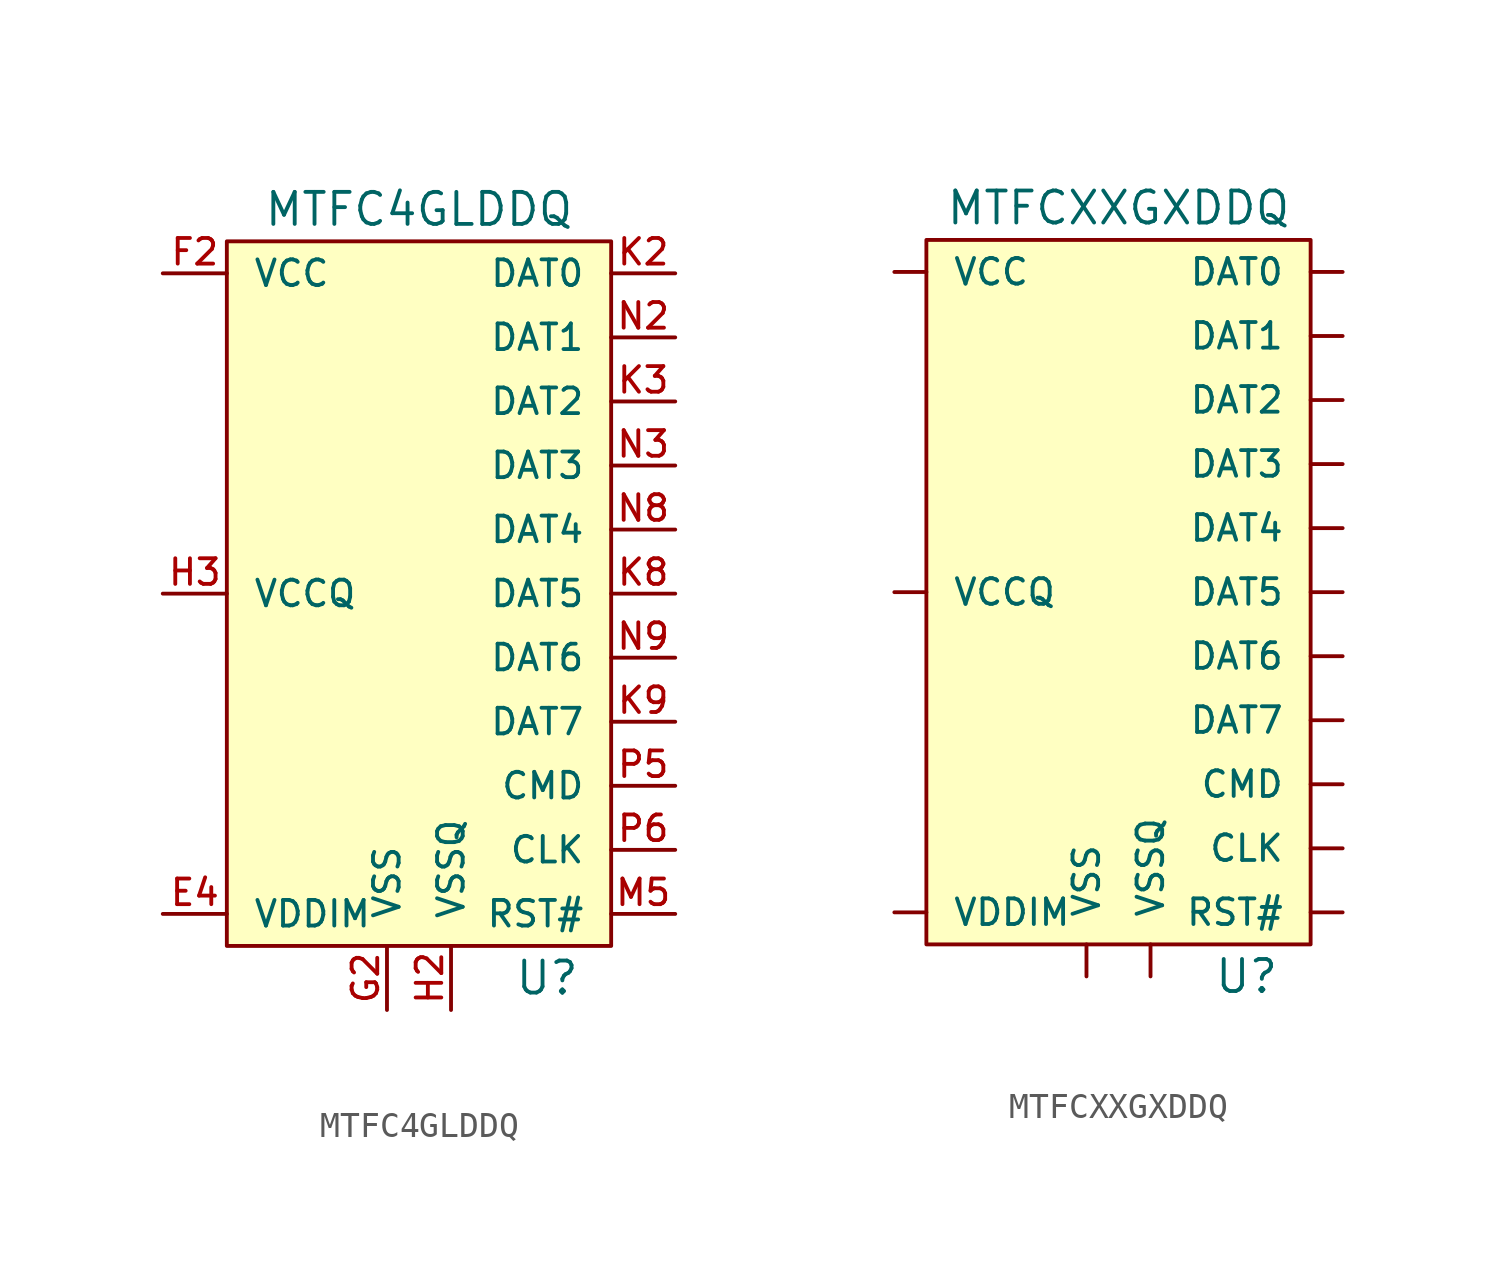
<source format=kicad_sym>
(kicad_symbol_lib
  (version 20231120)
  (generator "kicad_symbol_editor")
  (generator_version "8.0")
  (symbol "MTFC4GLDDQ"
    (pin_names
      (offset 1.016))
    (property "Reference" "U"
      (at 5.08 -15.24 0)
      (effects (font (size 1.27 1.27))))
    (property "Value" "MTFC4GLDDQ"
      (at 0 15.24 0)
      (effects (font (size 1.27 1.27))))
    (property "Footprint" ""
      (at 0 0 0)
      (effects (font (size 1.27 1.27))))
    (property "Datasheet" ""
      (at 0 0 0)
      (effects (font (size 1.27 1.27))))
    (symbol "MTFC4GLDDQ_0_1"
      (rectangle (start -7.62 13.97) (end 7.62 -13.97) (stroke (width 0) (type default)) (fill (type background))))
    (symbol "MTFC4GLDDQ_1_1"
      (pin passive line (at -10.16 -12.7 0) (length 2.54) (name "VDDIM" (effects (font (size 1.016 1.016)))) (number "E4" (effects (font (size 1.016 1.016)))))
      (pin passive line (at -10.16 12.7 0) (length 2.54) (name "VCC" (effects (font (size 1.016 1.016)))) (number "F2" (effects (font (size 1.016 1.016)))))
      (pin passive line (at -10.16 12.7 0) (length 2.54) hide (name "VCC" (effects (font (size 1.016 1.016)))) (number "F3" (effects (font (size 1.016 1.016)))))
      (pin passive line (at -10.16 12.7 0) (length 2.54) hide (name "VCC" (effects (font (size 1.016 1.016)))) (number "F4" (effects (font (size 1.016 1.016)))))
      (pin passive line (at -10.16 12.7 0) (length 2.54) hide (name "VCC" (effects (font (size 1.016 1.016)))) (number "F5" (effects (font (size 1.016 1.016)))))
      (pin passive line (at -10.16 12.7 0) (length 2.54) hide (name "VCC" (effects (font (size 1.016 1.016)))) (number "F6" (effects (font (size 1.016 1.016)))))
      (pin passive line (at -10.16 12.7 0) (length 2.54) hide (name "VCC" (effects (font (size 1.016 1.016)))) (number "F7" (effects (font (size 1.016 1.016)))))
      (pin passive line (at -10.16 12.7 0) (length 2.54) hide (name "VCC" (effects (font (size 1.016 1.016)))) (number "F8" (effects (font (size 1.016 1.016)))))
      (pin passive line (at -10.16 12.7 0) (length 2.54) hide (name "VCC" (effects (font (size 1.016 1.016)))) (number "F9" (effects (font (size 1.016 1.016)))))
      (pin passive line (at -1.27 -16.51 90) (length 2.54) (name "VSS" (effects (font (size 1.016 1.016)))) (number "G2" (effects (font (size 1.016 1.016)))))
      (pin passive line (at -1.27 -16.51 90) (length 2.54) hide (name "VSS" (effects (font (size 1.016 1.016)))) (number "G3" (effects (font (size 1.016 1.016)))))
      (pin passive line (at -1.27 -16.51 90) (length 2.54) hide (name "VSS" (effects (font (size 1.016 1.016)))) (number "G4" (effects (font (size 1.016 1.016)))))
      (pin passive line (at -1.27 -16.51 90) (length 2.54) hide (name "VSS" (effects (font (size 1.016 1.016)))) (number "G5" (effects (font (size 1.016 1.016)))))
      (pin passive line (at -1.27 -16.51 90) (length 2.54) hide (name "VSS" (effects (font (size 1.016 1.016)))) (number "G6" (effects (font (size 1.016 1.016)))))
      (pin passive line (at -1.27 -16.51 90) (length 2.54) hide (name "VSS" (effects (font (size 1.016 1.016)))) (number "G7" (effects (font (size 1.016 1.016)))))
      (pin passive line (at -1.27 -16.51 90) (length 2.54) hide (name "VSS" (effects (font (size 1.016 1.016)))) (number "G8" (effects (font (size 1.016 1.016)))))
      (pin passive line (at -1.27 -16.51 90) (length 2.54) hide (name "VSS" (effects (font (size 1.016 1.016)))) (number "G9" (effects (font (size 1.016 1.016)))))
      (pin passive line (at 1.27 -16.51 90) (length 2.54) (name "VSSQ" (effects (font (size 1.016 1.016)))) (number "H2" (effects (font (size 1.016 1.016)))))
      (pin passive line (at -10.16 0 0) (length 2.54) (name "VCCQ" (effects (font (size 1.016 1.016)))) (number "H3" (effects (font (size 1.016 1.016)))))
      (pin passive line (at -10.16 0 0) (length 2.54) hide (name "VCCQ" (effects (font (size 1.016 1.016)))) (number "H8" (effects (font (size 1.016 1.016)))))
      (pin passive line (at 1.27 -16.51 90) (length 2.54) hide (name "VSSQ" (effects (font (size 1.016 1.016)))) (number "H9" (effects (font (size 1.016 1.016)))))
      (pin passive line (at 10.16 12.7 180) (length 2.54) (name "DAT0" (effects (font (size 1.016 1.016)))) (number "K2" (effects (font (size 1.016 1.016)))))
      (pin passive line (at 10.16 7.62 180) (length 2.54) (name "DAT2" (effects (font (size 1.016 1.016)))) (number "K3" (effects (font (size 1.016 1.016)))))
      (pin passive line (at 10.16 0 180) (length 2.54) (name "DAT5" (effects (font (size 1.016 1.016)))) (number "K8" (effects (font (size 1.016 1.016)))))
      (pin passive line (at 10.16 -5.08 180) (length 2.54) (name "DAT7" (effects (font (size 1.016 1.016)))) (number "K9" (effects (font (size 1.016 1.016)))))
      (pin passive line (at -10.16 0 0) (length 2.54) hide (name "VCCQ" (effects (font (size 1.016 1.016)))) (number "L2" (effects (font (size 1.016 1.016)))))
      (pin passive line (at 1.27 -16.51 90) (length 2.54) hide (name "VSSQ" (effects (font (size 1.016 1.016)))) (number "L3" (effects (font (size 1.016 1.016)))))
      (pin passive line (at -10.16 0 0) (length 2.54) hide (name "VCCQ" (effects (font (size 1.016 1.016)))) (number "L4" (effects (font (size 1.016 1.016)))))
      (pin passive line (at -10.16 0 0) (length 2.54) hide (name "VCCQ" (effects (font (size 1.016 1.016)))) (number "L7" (effects (font (size 1.016 1.016)))))
      (pin passive line (at 1.27 -16.51 90) (length 2.54) hide (name "VSSQ" (effects (font (size 1.016 1.016)))) (number "L8" (effects (font (size 1.016 1.016)))))
      (pin passive line (at -10.16 0 0) (length 2.54) hide (name "VCCQ" (effects (font (size 1.016 1.016)))) (number "L9" (effects (font (size 1.016 1.016)))))
      (pin passive line (at 1.27 -16.51 90) (length 2.54) hide (name "VSSQ" (effects (font (size 1.016 1.016)))) (number "M4" (effects (font (size 1.016 1.016)))))
      (pin passive line (at 10.16 -12.7 180) (length 2.54) (name "RST#" (effects (font (size 1.016 1.016)))) (number "M5" (effects (font (size 1.016 1.016)))))
      (pin passive line (at 1.27 -16.51 90) (length 2.54) hide (name "VSSQ" (effects (font (size 1.016 1.016)))) (number "M7" (effects (font (size 1.016 1.016)))))
      (pin passive line (at 10.16 10.16 180) (length 2.54) (name "DAT1" (effects (font (size 1.016 1.016)))) (number "N2" (effects (font (size 1.016 1.016)))))
      (pin passive line (at 10.16 5.08 180) (length 2.54) (name "DAT3" (effects (font (size 1.016 1.016)))) (number "N3" (effects (font (size 1.016 1.016)))))
      (pin passive line (at 10.16 2.54 180) (length 2.54) (name "DAT4" (effects (font (size 1.016 1.016)))) (number "N8" (effects (font (size 1.016 1.016)))))
      (pin passive line (at 10.16 -2.54 180) (length 2.54) (name "DAT6" (effects (font (size 1.016 1.016)))) (number "N9" (effects (font (size 1.016 1.016)))))
      (pin passive line (at 1.27 -16.51 90) (length 2.54) hide (name "VSSQ" (effects (font (size 1.016 1.016)))) (number "P2" (effects (font (size 1.016 1.016)))))
      (pin passive line (at -10.16 0 0) (length 2.54) hide (name "VCCQ" (effects (font (size 1.016 1.016)))) (number "P3" (effects (font (size 1.016 1.016)))))
      (pin passive line (at 10.16 -7.62 180) (length 2.54) (name "CMD" (effects (font (size 1.016 1.016)))) (number "P5" (effects (font (size 1.016 1.016)))))
      (pin passive line (at 10.16 -10.16 180) (length 2.54) (name "CLK" (effects (font (size 1.016 1.016)))) (number "P6" (effects (font (size 1.016 1.016)))))
      (pin passive line (at -10.16 0 0) (length 2.54) hide (name "VCCQ" (effects (font (size 1.016 1.016)))) (number "P8" (effects (font (size 1.016 1.016)))))
      (pin passive line (at 1.27 -16.51 90) (length 2.54) hide (name "VSSQ" (effects (font (size 1.016 1.016)))) (number "P9" (effects (font (size 1.016 1.016)))))))
  (symbol "MTFCXXGXDDQ"
    (pin_names
      (offset 1.016))
    (property "Reference" "U"
      (at 5.08 -15.24 0)
      (effects (font (size 1.27 1.27))))
    (property "Value" "MTFCXXGXDDQ"
      (at 0 15.24 0)
      (effects (font (size 1.27 1.27))))
    (property "Footprint" ""
      (at 0 0 0)
      (effects (font (size 1.27 1.27))))
    (property "Datasheet" ""
      (at 0 0 0)
      (effects (font (size 1.27 1.27))))
    (symbol "MTFCXXGXDDQ_0_1"
      (rectangle (start -7.62 13.97) (end 7.62 -13.97) (stroke (width 0) (type default)) (fill (type background))))
    (symbol "MTFCXXGXDDQ_1_1"
      (pin passive line (at 8.89 -10.16 180) (length 1.27) (name "CLK" (effects (font (size 1.016 1.016)))) (number "~" (effects (font (size 1.016 1.016)))))
      (pin passive line (at 8.89 -7.62 180) (length 1.27) (name "CMD" (effects (font (size 1.016 1.016)))) (number "~" (effects (font (size 1.016 1.016)))))
      (pin passive line (at 8.89 12.7 180) (length 1.27) (name "DAT0" (effects (font (size 1.016 1.016)))) (number "~" (effects (font (size 1.016 1.016)))))
      (pin passive line (at 8.89 10.16 180) (length 1.27) (name "DAT1" (effects (font (size 1.016 1.016)))) (number "~" (effects (font (size 1.016 1.016)))))
      (pin passive line (at 8.89 7.62 180) (length 1.27) (name "DAT2" (effects (font (size 1.016 1.016)))) (number "~" (effects (font (size 1.016 1.016)))))
      (pin passive line (at 8.89 5.08 180) (length 1.27) (name "DAT3" (effects (font (size 1.016 1.016)))) (number "~" (effects (font (size 1.016 1.016)))))
      (pin passive line (at 8.89 2.54 180) (length 1.27) (name "DAT4" (effects (font (size 1.016 1.016)))) (number "~" (effects (font (size 1.016 1.016)))))
      (pin passive line (at 8.89 0 180) (length 1.27) (name "DAT5" (effects (font (size 1.016 1.016)))) (number "~" (effects (font (size 1.016 1.016)))))
      (pin passive line (at 8.89 -2.54 180) (length 1.27) (name "DAT6" (effects (font (size 1.016 1.016)))) (number "~" (effects (font (size 1.016 1.016)))))
      (pin passive line (at 8.89 -5.08 180) (length 1.27) (name "DAT7" (effects (font (size 1.016 1.016)))) (number "~" (effects (font (size 1.016 1.016)))))
      (pin passive line (at 8.89 -12.7 180) (length 1.27) (name "RST#" (effects (font (size 1.016 1.016)))) (number "~" (effects (font (size 1.016 1.016)))))
      (pin passive line (at -8.89 12.7 0) (length 1.27) (name "VCC" (effects (font (size 1.016 1.016)))) (number "~" (effects (font (size 1.016 1.016)))))
      (pin passive line (at -8.89 0 0) (length 1.27) (name "VCCQ" (effects (font (size 1.016 1.016)))) (number "~" (effects (font (size 1.016 1.016)))))
      (pin passive line (at -8.89 -12.7 0) (length 1.27) (name "VDDIM" (effects (font (size 1.016 1.016)))) (number "~" (effects (font (size 1.016 1.016)))))
      (pin passive line (at -1.27 -15.24 90) (length 1.27) (name "VSS" (effects (font (size 1.016 1.016)))) (number "~" (effects (font (size 1.016 1.016)))))
      (pin passive line (at 1.27 -15.24 90) (length 1.27) (name "VSSQ" (effects (font (size 1.016 1.016)))) (number "~" (effects (font (size 1.016 1.016))))))))
</source>
